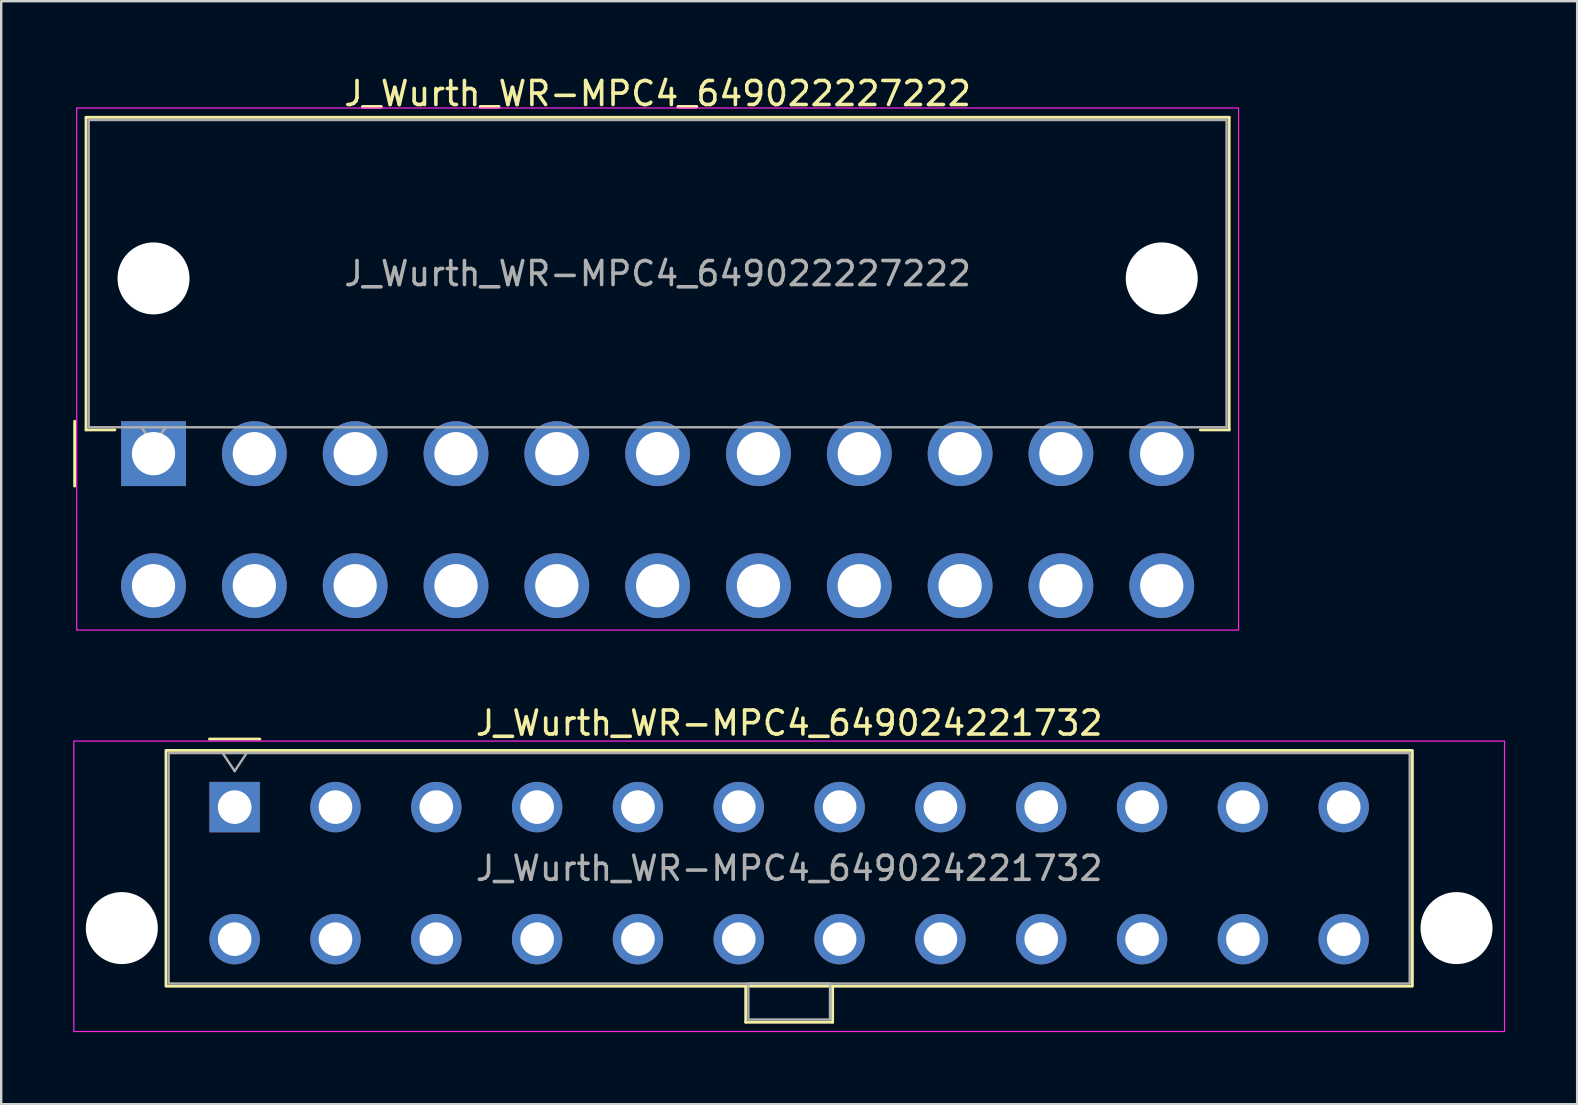
<source format=kicad_pcb>
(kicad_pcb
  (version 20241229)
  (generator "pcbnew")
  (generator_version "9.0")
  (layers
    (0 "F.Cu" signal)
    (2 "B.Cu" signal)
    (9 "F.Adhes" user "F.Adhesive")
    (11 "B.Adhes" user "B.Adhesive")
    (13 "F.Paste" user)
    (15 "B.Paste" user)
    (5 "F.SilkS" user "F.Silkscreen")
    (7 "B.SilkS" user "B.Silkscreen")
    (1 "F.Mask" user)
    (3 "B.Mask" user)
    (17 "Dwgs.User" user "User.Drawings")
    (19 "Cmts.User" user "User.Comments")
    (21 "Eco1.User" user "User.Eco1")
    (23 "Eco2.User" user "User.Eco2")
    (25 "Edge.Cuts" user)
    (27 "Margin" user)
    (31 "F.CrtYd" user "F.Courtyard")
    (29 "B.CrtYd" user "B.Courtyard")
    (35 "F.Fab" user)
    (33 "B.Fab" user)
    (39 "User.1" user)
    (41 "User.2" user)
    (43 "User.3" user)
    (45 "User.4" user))
  (footprint "J_Wurth_WR-MPC4_649024221732"
    (layer "F.Cu")
    (at 6.725 30.572)
    (property "Reference" "J_Wurth_WR-MPC4_649024221732" (at 23.1 -3.5 0) (unlocked yes) (layer "F.SilkS") (effects (font (size 1 1) (thickness 0.15))))
    (attr through_hole)
    (fp_line (start 1.05 -2.835) (end -1.05 -2.835) (stroke (width 0.12) (type solid)) (layer "F.SilkS"))
    (fp_line (start 21.29 8.96) (end 21.29 7.46) (stroke (width 0.12) (type default)) (layer "F.SilkS"))
    (fp_line (start 24.91 7.46) (end 24.91 8.96) (stroke (width 0.12) (type default)) (layer "F.SilkS"))
    (fp_line (start 24.91 8.96) (end 21.29 8.96) (stroke (width 0.12) (type solid)) (layer "F.SilkS"))
    (fp_rect (start -2.86 -2.36) (end 49.06 7.46) (stroke (width 0.12) (type solid)) (fill no) (layer "F.SilkS"))
    (fp_rect (start -6.7 -2.75) (end 52.9 9.35) (stroke (width 0.05) (type solid)) (fill no) (layer "F.CrtYd"))
    (fp_line (start 0 -1.5) (end -0.5 -2.25) (stroke (width 0.1) (type solid)) (layer "F.Fab"))
    (fp_line (start 0 -1.5) (end 0.5 -2.25) (stroke (width 0.1) (type solid)) (layer "F.Fab"))
    (fp_rect (start -2.75 -2.25) (end 48.95 7.35) (stroke (width 0.1) (type solid)) (fill no) (layer "F.Fab"))
    (fp_rect (start 21.4 7.35) (end 24.8 8.85) (stroke (width 0.1) (type solid)) (fill no) (layer "F.Fab"))
    (fp_text user "${REFERENCE}" (at 23.1 2.55 0) (unlocked yes) (layer "F.Fab") (effects (font (size 1 1) (thickness 0.15))))
    (pad "" np_thru_hole circle (at -4.7 5.04 180) (size 3 3) (drill 3) (layers "*.Cu" "*.Mask"))
    (pad "" np_thru_hole circle (at 50.9 5.04 180) (size 3 3) (drill 3) (layers "*.Cu" "*.Mask"))
    (pad "1" thru_hole rect (at 0 0 180) (size 2.1 2.1) (drill 1.4) (layers "*.Cu" "*.Mask"))
    (pad "2" thru_hole circle (at 4.2 0 180) (size 2.1 2.1) (drill 1.4) (layers "*.Cu" "*.Mask"))
    (pad "3" thru_hole circle (at 8.4 0 180) (size 2.1 2.1) (drill 1.4) (layers "*.Cu" "*.Mask"))
    (pad "4" thru_hole circle (at 12.6 0 180) (size 2.1 2.1) (drill 1.4) (layers "*.Cu" "*.Mask"))
    (pad "5" thru_hole circle (at 16.8 0 180) (size 2.1 2.1) (drill 1.4) (layers "*.Cu" "*.Mask"))
    (pad "6" thru_hole circle (at 21 0 180) (size 2.1 2.1) (drill 1.4) (layers "*.Cu" "*.Mask"))
    (pad "7" thru_hole circle (at 25.2 0 180) (size 2.1 2.1) (drill 1.4) (layers "*.Cu" "*.Mask"))
    (pad "8" thru_hole circle (at 29.4 0 180) (size 2.1 2.1) (drill 1.4) (layers "*.Cu" "*.Mask"))
    (pad "9" thru_hole circle (at 33.6 0 180) (size 2.1 2.1) (drill 1.4) (layers "*.Cu" "*.Mask"))
    (pad "10" thru_hole circle (at 37.8 0 180) (size 2.1 2.1) (drill 1.4) (layers "*.Cu" "*.Mask"))
    (pad "11" thru_hole circle (at 42 0 180) (size 2.1 2.1) (drill 1.4) (layers "*.Cu" "*.Mask"))
    (pad "12" thru_hole circle (at 46.2 0 180) (size 2.1 2.1) (drill 1.4) (layers "*.Cu" "*.Mask"))
    (pad "13" thru_hole circle (at 0 5.5 180) (size 2.1 2.1) (drill 1.4) (layers "*.Cu" "*.Mask"))
    (pad "14" thru_hole circle (at 4.2 5.5 180) (size 2.1 2.1) (drill 1.4) (layers "*.Cu" "*.Mask"))
    (pad "15" thru_hole circle (at 8.4 5.5 180) (size 2.1 2.1) (drill 1.4) (layers "*.Cu" "*.Mask"))
    (pad "16" thru_hole circle (at 12.6 5.5 180) (size 2.1 2.1) (drill 1.4) (layers "*.Cu" "*.Mask"))
    (pad "17" thru_hole circle (at 16.8 5.5 180) (size 2.1 2.1) (drill 1.4) (layers "*.Cu" "*.Mask"))
    (pad "18" thru_hole circle (at 21 5.5 180) (size 2.1 2.1) (drill 1.4) (layers "*.Cu" "*.Mask"))
    (pad "19" thru_hole circle (at 25.2 5.5 180) (size 2.1 2.1) (drill 1.4) (layers "*.Cu" "*.Mask"))
    (pad "20" thru_hole circle (at 29.4 5.5 180) (size 2.1 2.1) (drill 1.4) (layers "*.Cu" "*.Mask"))
    (pad "21" thru_hole circle (at 33.6 5.5 180) (size 2.1 2.1) (drill 1.4) (layers "*.Cu" "*.Mask"))
    (pad "22" thru_hole circle (at 37.8 5.5 180) (size 2.1 2.1) (drill 1.4) (layers "*.Cu" "*.Mask"))
    (pad "23" thru_hole circle (at 42 5.5 180) (size 2.1 2.1) (drill 1.4) (layers "*.Cu" "*.Mask"))
    (pad "24" thru_hole circle (at 46.2 5.5 180) (size 2.1 2.1) (drill 1.4) (layers "*.Cu" "*.Mask")))
  (footprint "J_Wurth_WR-MPC4_649022227222"
    (layer "F.Cu")
    (at 3.345 15.848)
    (property "Reference" "J_Wurth_WR-MPC4_649022227222" (at 21 -15 0) (unlocked yes) (layer "F.SilkS") (effects (font (size 1 1) (thickness 0.15))))
    (attr through_hole)
    (fp_line (start -3.285 -1.35) (end -3.285 1.35) (stroke (width 0.12) (type solid)) (layer "F.SilkS"))
    (fp_line (start -2.81 -14.01) (end 44.81 -14.01) (stroke (width 0.12) (type solid)) (layer "F.SilkS"))
    (fp_line (start -2.81 -0.99) (end -2.81 -14.01) (stroke (width 0.12) (type default)) (layer "F.SilkS"))
    (fp_line (start -1.61 -0.99) (end -2.81 -0.99) (stroke (width 0.12) (type solid)) (layer "F.SilkS"))
    (fp_line (start 44.81 -14.01) (end 44.81 -0.99) (stroke (width 0.12) (type solid)) (layer "F.SilkS"))
    (fp_line (start 44.81 -0.99) (end 43.61 -0.99) (stroke (width 0.12) (type solid)) (layer "F.SilkS"))
    (fp_rect (start -3.2 -14.4) (end 45.2 7.35) (stroke (width 0.05) (type solid)) (fill no) (layer "F.CrtYd"))
    (fp_line (start 0 -0.35) (end -0.5 -1.1) (stroke (width 0.1) (type solid)) (layer "F.Fab"))
    (fp_line (start 0 -0.35) (end 0.5 -1.1) (stroke (width 0.1) (type solid)) (layer "F.Fab"))
    (fp_rect (start -2.7 -13.9) (end 44.7 -1.1) (stroke (width 0.1) (type solid)) (fill no) (layer "F.Fab"))
    (fp_text user "${REFERENCE}" (at 21 -7.5 0) (unlocked yes) (layer "F.Fab") (effects (font (size 1 1) (thickness 0.15))))
    (pad "" np_thru_hole circle (at 0 -7.3) (size 3 3) (drill 3) (layers "*.Cu" "*.Mask"))
    (pad "" np_thru_hole circle (at 42 -7.3) (size 3 3) (drill 3) (layers "*.Cu" "*.Mask"))
    (pad "1" thru_hole rect (at 0 0 180) (size 2.7 2.7) (drill 1.8) (layers "*.Cu" "*.Mask"))
    (pad "2" thru_hole circle (at 4.2 0 180) (size 2.7 2.7) (drill 1.8) (layers "*.Cu" "*.Mask"))
    (pad "3" thru_hole circle (at 8.4 0 180) (size 2.7 2.7) (drill 1.8) (layers "*.Cu" "*.Mask"))
    (pad "4" thru_hole circle (at 12.6 0 180) (size 2.7 2.7) (drill 1.8) (layers "*.Cu" "*.Mask"))
    (pad "5" thru_hole circle (at 16.8 0 180) (size 2.7 2.7) (drill 1.8) (layers "*.Cu" "*.Mask"))
    (pad "6" thru_hole circle (at 21 0 180) (size 2.7 2.7) (drill 1.8) (layers "*.Cu" "*.Mask"))
    (pad "7" thru_hole circle (at 25.2 0 180) (size 2.7 2.7) (drill 1.8) (layers "*.Cu" "*.Mask"))
    (pad "8" thru_hole circle (at 29.4 0 180) (size 2.7 2.7) (drill 1.8) (layers "*.Cu" "*.Mask"))
    (pad "9" thru_hole circle (at 33.6 0 180) (size 2.7 2.7) (drill 1.8) (layers "*.Cu" "*.Mask"))
    (pad "10" thru_hole circle (at 37.8 0 180) (size 2.7 2.7) (drill 1.8) (layers "*.Cu" "*.Mask"))
    (pad "11" thru_hole circle (at 42 0 180) (size 2.7 2.7) (drill 1.8) (layers "*.Cu" "*.Mask"))
    (pad "12" thru_hole circle (at 0 5.5 180) (size 2.7 2.7) (drill 1.8) (layers "*.Cu" "*.Mask"))
    (pad "13" thru_hole circle (at 4.2 5.5 180) (size 2.7 2.7) (drill 1.8) (layers "*.Cu" "*.Mask"))
    (pad "14" thru_hole circle (at 8.4 5.5 180) (size 2.7 2.7) (drill 1.8) (layers "*.Cu" "*.Mask"))
    (pad "15" thru_hole circle (at 12.6 5.5 180) (size 2.7 2.7) (drill 1.8) (layers "*.Cu" "*.Mask"))
    (pad "16" thru_hole circle (at 16.8 5.5 180) (size 2.7 2.7) (drill 1.8) (layers "*.Cu" "*.Mask"))
    (pad "17" thru_hole circle (at 21 5.5 180) (size 2.7 2.7) (drill 1.8) (layers "*.Cu" "*.Mask"))
    (pad "18" thru_hole circle (at 25.2 5.5 180) (size 2.7 2.7) (drill 1.8) (layers "*.Cu" "*.Mask"))
    (pad "19" thru_hole circle (at 29.4 5.5 180) (size 2.7 2.7) (drill 1.8) (layers "*.Cu" "*.Mask"))
    (pad "20" thru_hole circle (at 33.6 5.5 180) (size 2.7 2.7) (drill 1.8) (layers "*.Cu" "*.Mask"))
    (pad "21" thru_hole circle (at 37.8 5.5 180) (size 2.7 2.7) (drill 1.8) (layers "*.Cu" "*.Mask"))
    (pad "22" thru_hole circle (at 42 5.5 180) (size 2.7 2.7) (drill 1.8) (layers "*.Cu" "*.Mask")))
  (gr_rect
    (start -3 -3)
    (end 62.65 42.947)
    (stroke (width 0.1) (type default))
    (fill no)
    (layer "Edge.Cuts")))
</source>
